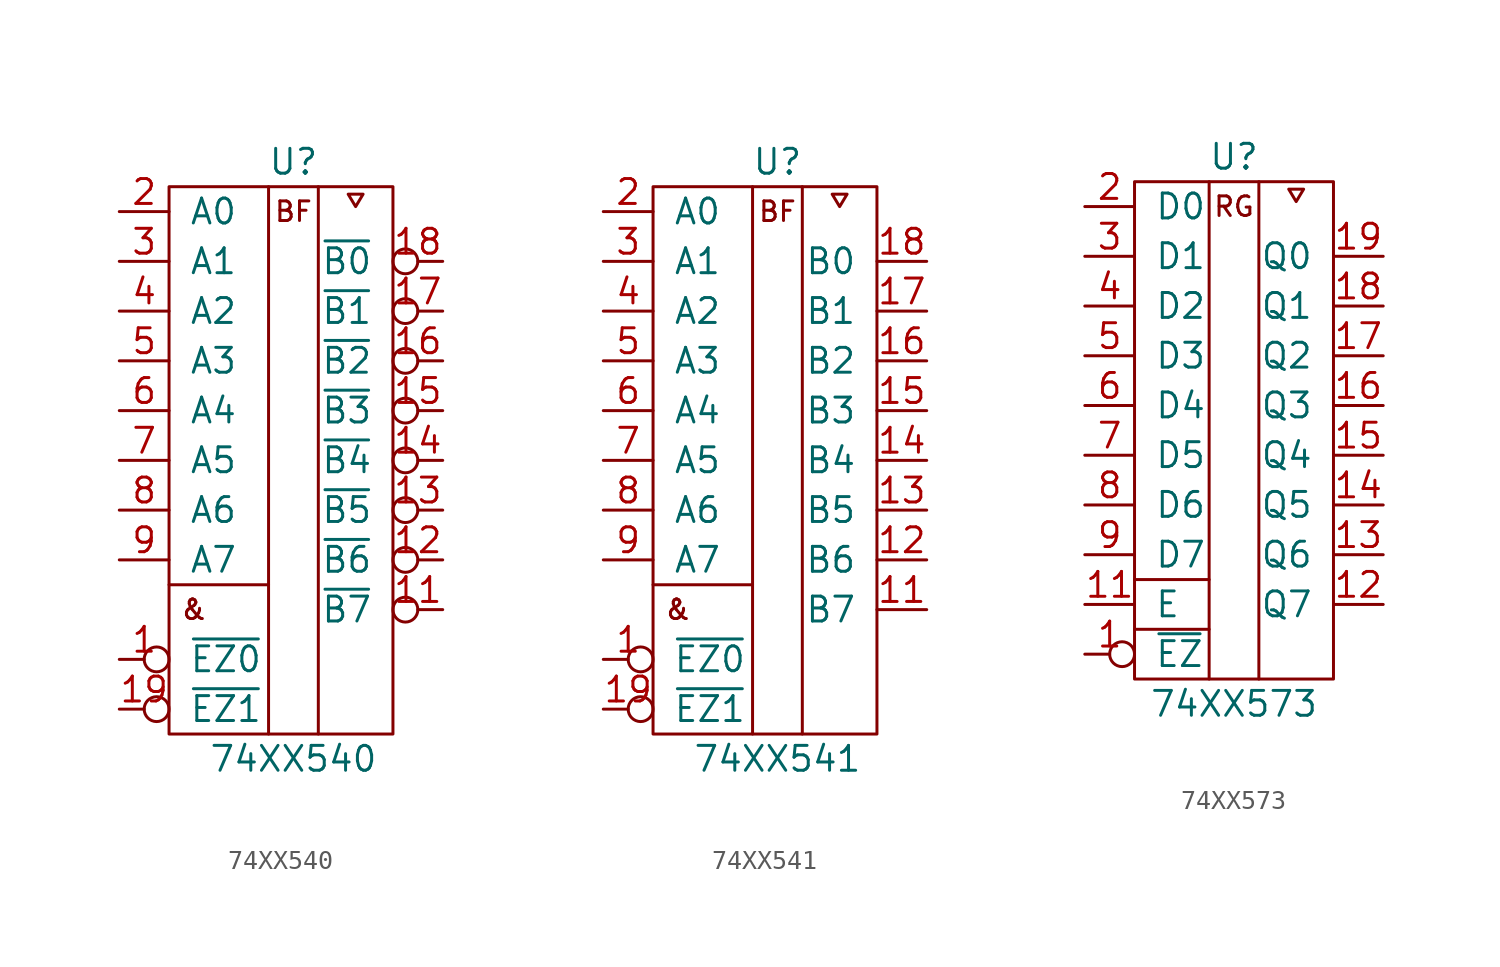
<source format=kicad_sym>
(kicad_symbol_lib
  (version 20211014)
  (generator kicad_symbol_editor)
  (symbol "74XX540"
    (pin_names
      (offset 1.016))
    (property "Reference" "U"
      (at 0 13.97 0)
      (effects (font (size 1.27 1.27))))
    (property "Value" "74XX540"
      (at 0 -16.51 0)
      (effects (font (size 1.27 1.27))))
    (symbol "74XX540_0_0"
      (text "&" (at -5.08 -8.89 0) (effects (font (size 1 1)))))
    (symbol "74XX540_0_1"
      (polyline (pts (xy -6.35 -7.62) (xy -1.27 -7.62)) (stroke (width 0) (type default) (color 0 0 0 0)) (fill (type none)))
      (polyline (pts (xy -1.27 12.7) (xy -1.27 -15.24)) (stroke (width 0) (type default) (color 0 0 0 0)) (fill (type none)))
      (polyline (pts (xy 1.27 -15.24) (xy 1.27 12.7)) (stroke (width 0) (type default) (color 0 0 0 0)) (fill (type none)))
      (polyline (pts (xy 3.175 11.684) (xy 2.794 12.319) (xy 3.556 12.319) (xy 3.175 11.684)) (stroke (width 0) (type default) (color 0 0 0 0)) (fill (type none))))
    (symbol "74XX540_1_1"
      (rectangle (start -6.35 -15.24) (end 5.08 12.7) (stroke (width 0) (type default) (color 0 0 0 0)) (fill (type none)))
      (text "BF" (at 0 11.43 0) (effects (font (size 1 1))))
      (pin input inverted (at -8.89 -11.43 0) (length 2.54) (name "~{EZ0}" (effects (font (size 1.27 1.27)))) (number "1" (effects (font (size 1.27 1.27)))))
      (pin power_in line (at 5.08 -15.24 180) (length 0) hide (name "GND" (effects (font (size 1.27 1.27)))) (number "10" (effects (font (size 1.27 1.27)))))
      (pin tri_state inverted (at 7.62 -8.89 180) (length 2.54) (name "~{B7}" (effects (font (size 1.27 1.27)))) (number "11" (effects (font (size 1.27 1.27)))))
      (pin tri_state inverted (at 7.62 -6.35 180) (length 2.54) (name "~{B6}" (effects (font (size 1.27 1.27)))) (number "12" (effects (font (size 1.27 1.27)))))
      (pin tri_state inverted (at 7.62 -3.81 180) (length 2.54) (name "~{B5}" (effects (font (size 1.27 1.27)))) (number "13" (effects (font (size 1.27 1.27)))))
      (pin tri_state inverted (at 7.62 -1.27 180) (length 2.54) (name "~{B4}" (effects (font (size 1.27 1.27)))) (number "14" (effects (font (size 1.27 1.27)))))
      (pin tri_state inverted (at 7.62 1.27 180) (length 2.54) (name "~{B3}" (effects (font (size 1.27 1.27)))) (number "15" (effects (font (size 1.27 1.27)))))
      (pin tri_state inverted (at 7.62 3.81 180) (length 2.54) (name "~{B2}" (effects (font (size 1.27 1.27)))) (number "16" (effects (font (size 1.27 1.27)))))
      (pin tri_state inverted (at 7.62 6.35 180) (length 2.54) (name "~{B1}" (effects (font (size 1.27 1.27)))) (number "17" (effects (font (size 1.27 1.27)))))
      (pin tri_state inverted (at 7.62 8.89 180) (length 2.54) (name "~{B0}" (effects (font (size 1.27 1.27)))) (number "18" (effects (font (size 1.27 1.27)))))
      (pin input inverted (at -8.89 -13.97 0) (length 2.54) (name "~{EZ1}" (effects (font (size 1.27 1.27)))) (number "19" (effects (font (size 1.27 1.27)))))
      (pin input line (at -8.89 11.43 0) (length 2.54) (name "A0" (effects (font (size 1.27 1.27)))) (number "2" (effects (font (size 1.27 1.27)))))
      (pin power_in line (at 5.08 12.7 180) (length 0) hide (name "VCC" (effects (font (size 1.27 1.27)))) (number "20" (effects (font (size 1.27 1.27)))))
      (pin input line (at -8.89 8.89 0) (length 2.54) (name "A1" (effects (font (size 1.27 1.27)))) (number "3" (effects (font (size 1.27 1.27)))))
      (pin input line (at -8.89 6.35 0) (length 2.54) (name "A2" (effects (font (size 1.27 1.27)))) (number "4" (effects (font (size 1.27 1.27)))))
      (pin input line (at -8.89 3.81 0) (length 2.54) (name "A3" (effects (font (size 1.27 1.27)))) (number "5" (effects (font (size 1.27 1.27)))))
      (pin input line (at -8.89 1.27 0) (length 2.54) (name "A4" (effects (font (size 1.27 1.27)))) (number "6" (effects (font (size 1.27 1.27)))))
      (pin input line (at -8.89 -1.27 0) (length 2.54) (name "A5" (effects (font (size 1.27 1.27)))) (number "7" (effects (font (size 1.27 1.27)))))
      (pin input line (at -8.89 -3.81 0) (length 2.54) (name "A6" (effects (font (size 1.27 1.27)))) (number "8" (effects (font (size 1.27 1.27)))))
      (pin input line (at -8.89 -6.35 0) (length 2.54) (name "A7" (effects (font (size 1.27 1.27)))) (number "9" (effects (font (size 1.27 1.27)))))))
  (symbol "74XX541"
    (pin_names
      (offset 1.016))
    (property "Reference" "U"
      (at 0 13.97 0)
      (effects (font (size 1.27 1.27))))
    (property "Value" "74XX541"
      (at 0 -16.51 0)
      (effects (font (size 1.27 1.27))))
    (symbol "74XX541_0_0"
      (text "&" (at -5.08 -8.89 0) (effects (font (size 1 1)))))
    (symbol "74XX541_0_1"
      (polyline (pts (xy -6.35 -7.62) (xy -1.27 -7.62)) (stroke (width 0) (type default) (color 0 0 0 0)) (fill (type none)))
      (polyline (pts (xy -1.27 12.7) (xy -1.27 -15.24)) (stroke (width 0) (type default) (color 0 0 0 0)) (fill (type none)))
      (polyline (pts (xy 1.27 -15.24) (xy 1.27 12.7)) (stroke (width 0) (type default) (color 0 0 0 0)) (fill (type none)))
      (polyline (pts (xy 3.175 11.684) (xy 2.794 12.319) (xy 3.556 12.319) (xy 3.175 11.684)) (stroke (width 0) (type default) (color 0 0 0 0)) (fill (type none))))
    (symbol "74XX541_1_1"
      (rectangle (start -6.35 -15.24) (end 5.08 12.7) (stroke (width 0) (type default) (color 0 0 0 0)) (fill (type none)))
      (text "BF" (at 0 11.43 0) (effects (font (size 1 1))))
      (pin input inverted (at -8.89 -11.43 0) (length 2.54) (name "~{EZ0}" (effects (font (size 1.27 1.27)))) (number "1" (effects (font (size 1.27 1.27)))))
      (pin power_in line (at 5.08 -15.24 180) (length 0) hide (name "GND" (effects (font (size 1.27 1.27)))) (number "10" (effects (font (size 1.27 1.27)))))
      (pin tri_state line (at 7.62 -8.89 180) (length 2.54) (name "B7" (effects (font (size 1.27 1.27)))) (number "11" (effects (font (size 1.27 1.27)))))
      (pin tri_state line (at 7.62 -6.35 180) (length 2.54) (name "B6" (effects (font (size 1.27 1.27)))) (number "12" (effects (font (size 1.27 1.27)))))
      (pin tri_state line (at 7.62 -3.81 180) (length 2.54) (name "B5" (effects (font (size 1.27 1.27)))) (number "13" (effects (font (size 1.27 1.27)))))
      (pin tri_state line (at 7.62 -1.27 180) (length 2.54) (name "B4" (effects (font (size 1.27 1.27)))) (number "14" (effects (font (size 1.27 1.27)))))
      (pin tri_state line (at 7.62 1.27 180) (length 2.54) (name "B3" (effects (font (size 1.27 1.27)))) (number "15" (effects (font (size 1.27 1.27)))))
      (pin tri_state line (at 7.62 3.81 180) (length 2.54) (name "B2" (effects (font (size 1.27 1.27)))) (number "16" (effects (font (size 1.27 1.27)))))
      (pin tri_state line (at 7.62 6.35 180) (length 2.54) (name "B1" (effects (font (size 1.27 1.27)))) (number "17" (effects (font (size 1.27 1.27)))))
      (pin tri_state line (at 7.62 8.89 180) (length 2.54) (name "B0" (effects (font (size 1.27 1.27)))) (number "18" (effects (font (size 1.27 1.27)))))
      (pin input inverted (at -8.89 -13.97 0) (length 2.54) (name "~{EZ1}" (effects (font (size 1.27 1.27)))) (number "19" (effects (font (size 1.27 1.27)))))
      (pin input line (at -8.89 11.43 0) (length 2.54) (name "A0" (effects (font (size 1.27 1.27)))) (number "2" (effects (font (size 1.27 1.27)))))
      (pin power_in line (at 5.08 12.7 180) (length 0) hide (name "VCC" (effects (font (size 1.27 1.27)))) (number "20" (effects (font (size 1.27 1.27)))))
      (pin input line (at -8.89 8.89 0) (length 2.54) (name "A1" (effects (font (size 1.27 1.27)))) (number "3" (effects (font (size 1.27 1.27)))))
      (pin input line (at -8.89 6.35 0) (length 2.54) (name "A2" (effects (font (size 1.27 1.27)))) (number "4" (effects (font (size 1.27 1.27)))))
      (pin input line (at -8.89 3.81 0) (length 2.54) (name "A3" (effects (font (size 1.27 1.27)))) (number "5" (effects (font (size 1.27 1.27)))))
      (pin input line (at -8.89 1.27 0) (length 2.54) (name "A4" (effects (font (size 1.27 1.27)))) (number "6" (effects (font (size 1.27 1.27)))))
      (pin input line (at -8.89 -1.27 0) (length 2.54) (name "A5" (effects (font (size 1.27 1.27)))) (number "7" (effects (font (size 1.27 1.27)))))
      (pin input line (at -8.89 -3.81 0) (length 2.54) (name "A6" (effects (font (size 1.27 1.27)))) (number "8" (effects (font (size 1.27 1.27)))))
      (pin input line (at -8.89 -6.35 0) (length 2.54) (name "A7" (effects (font (size 1.27 1.27)))) (number "9" (effects (font (size 1.27 1.27)))))))
  (symbol "74XX573"
    (pin_names
      (offset 1.016))
    (property "Reference" "U"
      (at 0 13.97 0)
      (effects (font (size 1.27 1.27))))
    (property "Value" "74XX573"
      (at 0 -13.97 0)
      (effects (font (size 1.27 1.27))))
    (symbol "74XX573_0_1"
      (polyline (pts (xy -5.08 -7.62) (xy -1.27 -7.62)) (stroke (width 0) (type default) (color 0 0 0 0)) (fill (type none)))
      (polyline (pts (xy -1.27 -10.16) (xy -5.08 -10.16)) (stroke (width 0) (type default) (color 0 0 0 0)) (fill (type none)))
      (polyline (pts (xy -1.27 12.7) (xy -1.27 -12.7)) (stroke (width 0) (type default) (color 0 0 0 0)) (fill (type none)))
      (polyline (pts (xy 1.27 -12.7) (xy 1.27 12.7)) (stroke (width 0) (type default) (color 0 0 0 0)) (fill (type none)))
      (polyline (pts (xy 3.175 11.684) (xy 2.794 12.319) (xy 3.556 12.319) (xy 3.175 11.684)) (stroke (width 0) (type default) (color 0 0 0 0)) (fill (type none))))
    (symbol "74XX573_1_1"
      (rectangle (start -5.08 -12.7) (end 5.08 12.7) (stroke (width 0) (type default) (color 0 0 0 0)) (fill (type none)))
      (text "RG" (at 0 11.43 0) (effects (font (size 1 1))))
      (pin input inverted (at -7.62 -11.43 0) (length 2.54) (name "~{EZ}" (effects (font (size 1.27 1.27)))) (number "1" (effects (font (size 1.27 1.27)))))
      (pin power_in line (at 5.08 -12.7 180) (length 0) hide (name "GND" (effects (font (size 1.27 1.27)))) (number "10" (effects (font (size 1.27 1.27)))))
      (pin input line (at -7.62 -8.89 0) (length 2.54) (name "E" (effects (font (size 1.27 1.27)))) (number "11" (effects (font (size 1.27 1.27)))))
      (pin tri_state line (at 7.62 -8.89 180) (length 2.54) (name "Q7" (effects (font (size 1.27 1.27)))) (number "12" (effects (font (size 1.27 1.27)))))
      (pin tri_state line (at 7.62 -6.35 180) (length 2.54) (name "Q6" (effects (font (size 1.27 1.27)))) (number "13" (effects (font (size 1.27 1.27)))))
      (pin tri_state line (at 7.62 -3.81 180) (length 2.54) (name "Q5" (effects (font (size 1.27 1.27)))) (number "14" (effects (font (size 1.27 1.27)))))
      (pin tri_state line (at 7.62 -1.27 180) (length 2.54) (name "Q4" (effects (font (size 1.27 1.27)))) (number "15" (effects (font (size 1.27 1.27)))))
      (pin tri_state line (at 7.62 1.27 180) (length 2.54) (name "Q3" (effects (font (size 1.27 1.27)))) (number "16" (effects (font (size 1.27 1.27)))))
      (pin tri_state line (at 7.62 3.81 180) (length 2.54) (name "Q2" (effects (font (size 1.27 1.27)))) (number "17" (effects (font (size 1.27 1.27)))))
      (pin tri_state line (at 7.62 6.35 180) (length 2.54) (name "Q1" (effects (font (size 1.27 1.27)))) (number "18" (effects (font (size 1.27 1.27)))))
      (pin tri_state line (at 7.62 8.89 180) (length 2.54) (name "Q0" (effects (font (size 1.27 1.27)))) (number "19" (effects (font (size 1.27 1.27)))))
      (pin input line (at -7.62 11.43 0) (length 2.54) (name "D0" (effects (font (size 1.27 1.27)))) (number "2" (effects (font (size 1.27 1.27)))))
      (pin power_in line (at 5.08 12.7 180) (length 0) hide (name "VCC" (effects (font (size 1.27 1.27)))) (number "20" (effects (font (size 1.27 1.27)))))
      (pin input line (at -7.62 8.89 0) (length 2.54) (name "D1" (effects (font (size 1.27 1.27)))) (number "3" (effects (font (size 1.27 1.27)))))
      (pin input line (at -7.62 6.35 0) (length 2.54) (name "D2" (effects (font (size 1.27 1.27)))) (number "4" (effects (font (size 1.27 1.27)))))
      (pin input line (at -7.62 3.81 0) (length 2.54) (name "D3" (effects (font (size 1.27 1.27)))) (number "5" (effects (font (size 1.27 1.27)))))
      (pin input line (at -7.62 1.27 0) (length 2.54) (name "D4" (effects (font (size 1.27 1.27)))) (number "6" (effects (font (size 1.27 1.27)))))
      (pin input line (at -7.62 -1.27 0) (length 2.54) (name "D5" (effects (font (size 1.27 1.27)))) (number "7" (effects (font (size 1.27 1.27)))))
      (pin input line (at -7.62 -3.81 0) (length 2.54) (name "D6" (effects (font (size 1.27 1.27)))) (number "8" (effects (font (size 1.27 1.27)))))
      (pin input line (at -7.62 -6.35 0) (length 2.54) (name "D7" (effects (font (size 1.27 1.27)))) (number "9" (effects (font (size 1.27 1.27))))))))
</source>
